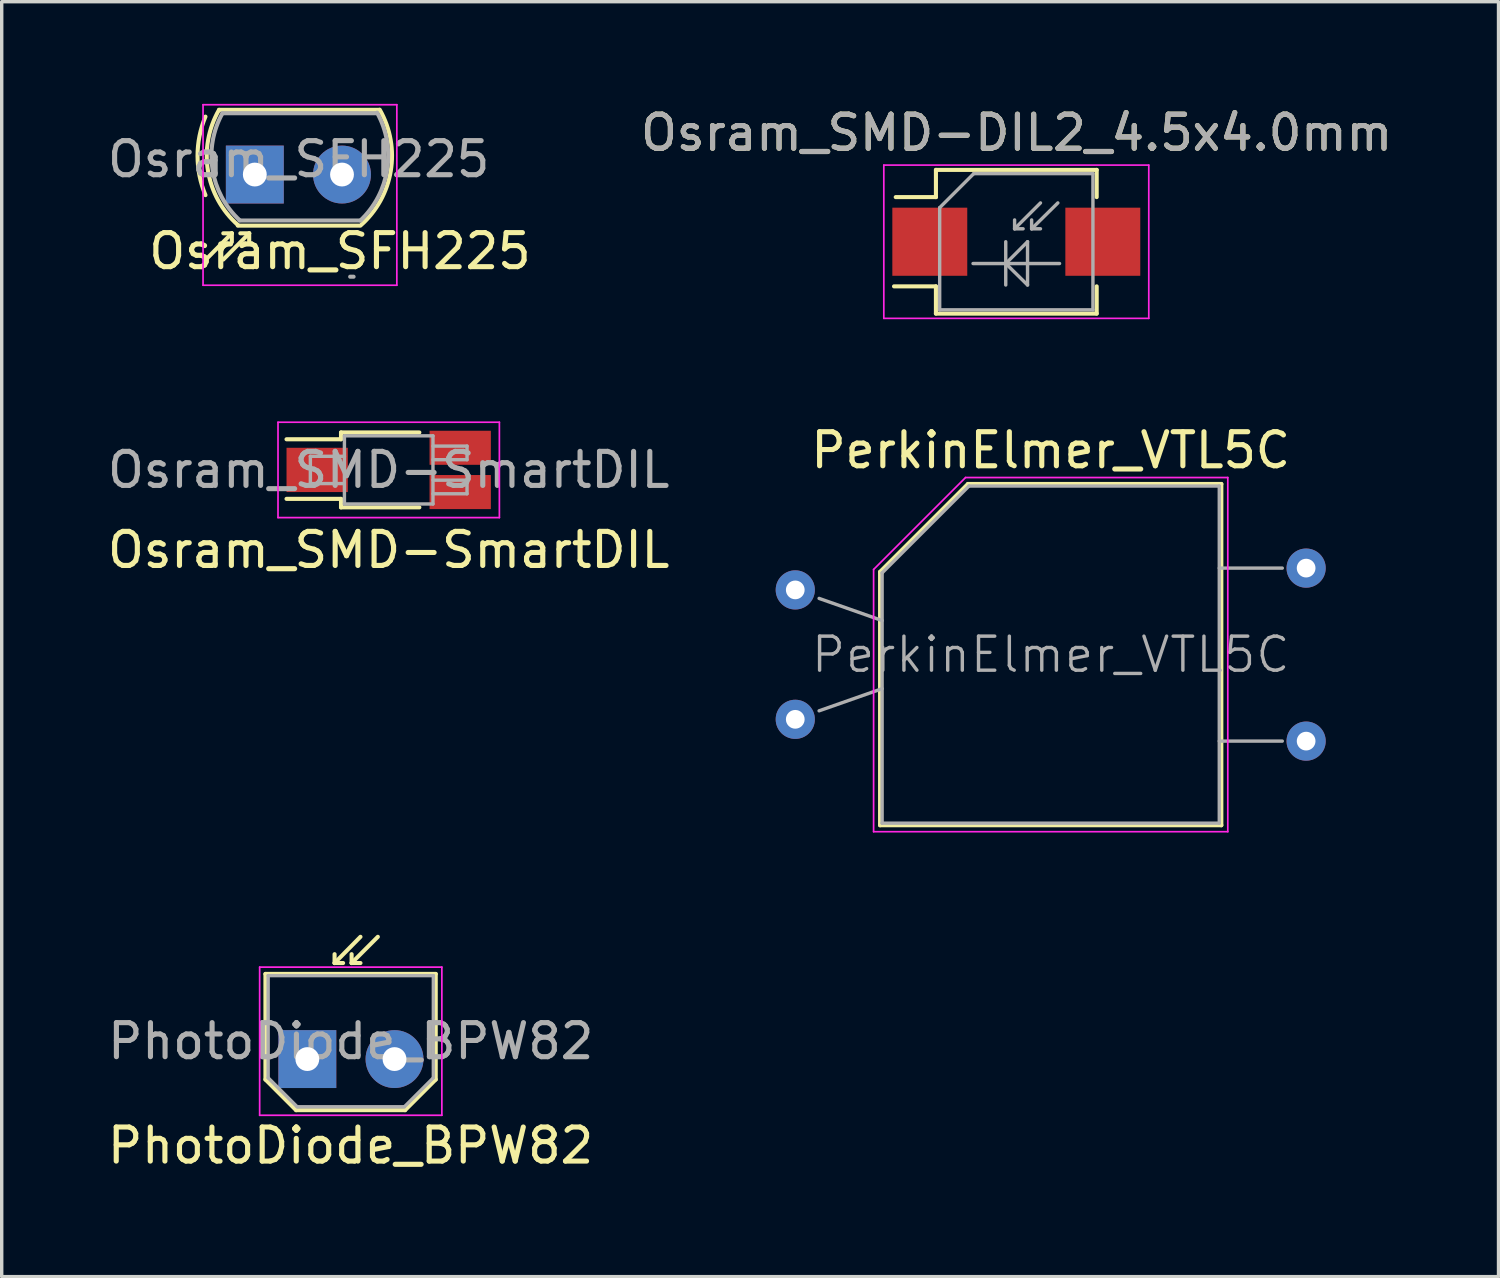
<source format=kicad_pcb>
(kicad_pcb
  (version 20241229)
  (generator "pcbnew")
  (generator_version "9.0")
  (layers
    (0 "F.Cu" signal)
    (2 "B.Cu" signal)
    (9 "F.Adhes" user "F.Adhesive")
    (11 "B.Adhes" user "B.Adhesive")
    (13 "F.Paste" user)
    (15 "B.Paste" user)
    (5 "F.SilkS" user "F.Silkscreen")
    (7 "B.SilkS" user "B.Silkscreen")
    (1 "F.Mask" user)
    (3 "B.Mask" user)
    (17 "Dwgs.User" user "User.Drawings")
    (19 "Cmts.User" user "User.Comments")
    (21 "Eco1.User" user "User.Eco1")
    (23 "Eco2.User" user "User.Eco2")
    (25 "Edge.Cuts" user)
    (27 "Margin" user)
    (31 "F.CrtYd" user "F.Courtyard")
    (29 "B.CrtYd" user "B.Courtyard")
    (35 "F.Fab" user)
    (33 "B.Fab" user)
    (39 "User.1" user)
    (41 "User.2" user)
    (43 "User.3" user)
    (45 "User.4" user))
  (footprint "Osram_SMD-DIL2_4.5x4.0mm"
    (layer "F.Cu")
    (at 26.791 4.048)
    (property "Reference" "Osram_SMD-DIL2_4.5x4.0mm" (at 0.01 -3.2 0) (layer "F.SilkS") (effects (font (size 1 1) (thickness 0.15))))
    (attr smd)
    (fp_line (start -3.59 1.31) (end -2.36 1.31) (stroke (width 0.12) (type solid)) (layer "F.SilkS"))
    (fp_line (start -2.36 -2.11) (end -2.36 -1.31) (stroke (width 0.12) (type solid)) (layer "F.SilkS"))
    (fp_line (start -2.36 -1.31) (end -3.54 -1.31) (stroke (width 0.12) (type solid)) (layer "F.SilkS"))
    (fp_line (start -2.36 1.31) (end -2.36 2.11) (stroke (width 0.12) (type solid)) (layer "F.SilkS"))
    (fp_line (start -2.36 2.11) (end 2.36 2.11) (stroke (width 0.12) (type solid)) (layer "F.SilkS"))
    (fp_line (start 2.36 -2.11) (end -2.36 -2.11) (stroke (width 0.12) (type solid)) (layer "F.SilkS"))
    (fp_line (start 2.36 -1.31) (end 2.36 -2.11) (stroke (width 0.12) (type solid)) (layer "F.SilkS"))
    (fp_line (start 2.36 2.11) (end 2.36 1.31) (stroke (width 0.12) (type solid)) (layer "F.SilkS"))
    (fp_line (start -3.89 -2.25) (end -3.89 2.25) (stroke (width 0.05) (type solid)) (layer "F.CrtYd"))
    (fp_line (start -3.89 -2.25) (end 3.89 -2.25) (stroke (width 0.05) (type solid)) (layer "F.CrtYd"))
    (fp_line (start 3.89 2.25) (end -3.89 2.25) (stroke (width 0.05) (type solid)) (layer "F.CrtYd"))
    (fp_line (start 3.89 2.25) (end 3.89 -2.25) (stroke (width 0.05) (type solid)) (layer "F.CrtYd"))
    (fp_line (start -2.25 -1) (end -2.25 2) (stroke (width 0.1) (type solid)) (layer "F.Fab"))
    (fp_line (start -2.25 -1) (end -1.25 -2) (stroke (width 0.1) (type solid)) (layer "F.Fab"))
    (fp_line (start -1.27 0.64) (end 1.27 0.64) (stroke (width 0.1) (type solid)) (layer "F.Fab"))
    (fp_line (start -1.25 -2) (end 2.25 -2) (stroke (width 0.1) (type solid)) (layer "F.Fab"))
    (fp_line (start -0.31 0) (end -0.31 1.27) (stroke (width 0.1) (type solid)) (layer "F.Fab"))
    (fp_line (start -0.31 0.64) (end 0.33 0) (stroke (width 0.1) (type solid)) (layer "F.Fab"))
    (fp_line (start -0.05 -0.38) (end -0.05 -0.64) (stroke (width 0.1) (type solid)) (layer "F.Fab"))
    (fp_line (start -0.05 -0.38) (end 0.2 -0.38) (stroke (width 0.1) (type solid)) (layer "F.Fab"))
    (fp_line (start 0.33 0) (end 0.33 1.27) (stroke (width 0.1) (type solid)) (layer "F.Fab"))
    (fp_line (start 0.33 1.27) (end -0.31 0.64) (stroke (width 0.1) (type solid)) (layer "F.Fab"))
    (fp_line (start 0.45 -0.38) (end 0.45 -0.64) (stroke (width 0.1) (type solid)) (layer "F.Fab"))
    (fp_line (start 0.45 -0.38) (end 0.71 -0.38) (stroke (width 0.1) (type solid)) (layer "F.Fab"))
    (fp_line (start 0.71 -1.14) (end -0.05 -0.38) (stroke (width 0.1) (type solid)) (layer "F.Fab"))
    (fp_line (start 1.22 -1.14) (end 0.45 -0.38) (stroke (width 0.1) (type solid)) (layer "F.Fab"))
    (fp_line (start 2.25 -2) (end 2.25 2) (stroke (width 0.1) (type solid)) (layer "F.Fab"))
    (fp_line (start 2.25 2) (end -2.25 2) (stroke (width 0.1) (type solid)) (layer "F.Fab"))
    (fp_text user "${REFERENCE}" (at 0.01 -3.2 0) (layer "F.Fab") (effects (font (size 1 1) (thickness 0.15))))
    (pad "1" smd rect (at -2.54 0 180) (size 2.2 2) (layers "F.Cu" "F.Mask" "F.Paste"))
    (pad "2" smd rect (at 2.54 0 180) (size 2.2 2) (layers "F.Cu" "F.Mask" "F.Paste")))
  (footprint "PerkinElmer_VTL5C"
    (layer "F.Cu")
    (at 20.301 14.271)
    (property "Reference" "PerkinElmer_VTL5C" (at 7.5 -4.1 0) (layer "F.SilkS") (effects (font (size 1 1) (thickness 0.15))))
    (attr through_hole)
    (fp_line (start 2.49 -0.53) (end 2.49 6.91) (stroke (width 0.12) (type solid)) (layer "F.SilkS"))
    (fp_line (start 2.49 6.91) (end 12.51 6.91) (stroke (width 0.12) (type solid)) (layer "F.SilkS"))
    (fp_line (start 5.07 -3.11) (end 2.49 -0.53) (stroke (width 0.12) (type solid)) (layer "F.SilkS"))
    (fp_line (start 12.51 -3.11) (end 5.07 -3.11) (stroke (width 0.12) (type solid)) (layer "F.SilkS"))
    (fp_line (start 12.51 6.91) (end 12.51 -3.11) (stroke (width 0.12) (type solid)) (layer "F.SilkS"))
    (fp_line (start 2.3 -0.6) (end 5 -3.3) (stroke (width 0.05) (type solid)) (layer "F.CrtYd"))
    (fp_line (start 2.3 7.1) (end 2.3 -0.6) (stroke (width 0.05) (type solid)) (layer "F.CrtYd"))
    (fp_line (start 5 -3.3) (end 12.7 -3.3) (stroke (width 0.05) (type solid)) (layer "F.CrtYd"))
    (fp_line (start 12.7 -3.3) (end 12.7 7.1) (stroke (width 0.05) (type solid)) (layer "F.CrtYd"))
    (fp_line (start 12.7 7.1) (end 2.3 7.1) (stroke (width 0.05) (type solid)) (layer "F.CrtYd"))
    (fp_line (start 0.7 0.25) (end 2.55 0.9) (stroke (width 0.1) (type solid)) (layer "F.Fab"))
    (fp_line (start 0.7 3.55) (end 2.55 2.9) (stroke (width 0.1) (type solid)) (layer "F.Fab"))
    (fp_line (start 2.55 6.85) (end 2.55 -0.5) (stroke (width 0.1) (type solid)) (layer "F.Fab"))
    (fp_line (start 5.1 -3.05) (end 2.55 -0.5) (stroke (width 0.1) (type solid)) (layer "F.Fab"))
    (fp_line (start 5.1 -3.05) (end 12.45 -3.05) (stroke (width 0.1) (type solid)) (layer "F.Fab"))
    (fp_line (start 12.45 -3.05) (end 12.45 6.85) (stroke (width 0.1) (type solid)) (layer "F.Fab"))
    (fp_line (start 12.45 6.85) (end 2.55 6.85) (stroke (width 0.1) (type solid)) (layer "F.Fab"))
    (fp_line (start 14.3 -0.64) (end 12.45 -0.64) (stroke (width 0.1) (type solid)) (layer "F.Fab"))
    (fp_line (start 14.3 4.44) (end 12.45 4.44) (stroke (width 0.1) (type solid)) (layer "F.Fab"))
    (fp_text user "${REFERENCE}" (at 7.5 1.9 0) (layer "F.Fab") (effects (font (size 1 1) (thickness 0.1))))
    (pad "1" thru_hole circle (at 0 0) (size 1.15 1.15) (drill 0.55) (layers "*.Cu" "*.Mask"))
    (pad "2" thru_hole circle (at 0 3.8) (size 1.15 1.15) (drill 0.55) (layers "*.Cu" "*.Mask"))
    (pad "3" thru_hole circle (at 15 -0.64) (size 1.15 1.15) (drill 0.55) (layers "*.Cu" "*.Mask"))
    (pad "4" thru_hole circle (at 15 4.44) (size 1.15 1.15) (drill 0.55) (layers "*.Cu" "*.Mask")))
  (footprint "PhotoDiode_BPW82"
    (layer "F.Cu")
    (at 5.974 28.047)
    (property "Reference" "PhotoDiode_BPW82" (at 1.27 2.54 0) (layer "F.SilkS") (effects (font (size 1 1) (thickness 0.15))))
    (attr through_hole)
    (fp_line (start -1.23 -2.5) (end -1.23 0.6) (stroke (width 0.12) (type solid)) (layer "F.SilkS"))
    (fp_line (start -1.23 -2.5) (end 3.77 -2.5) (stroke (width 0.12) (type solid)) (layer "F.SilkS"))
    (fp_line (start -1.23 0.6) (end -0.33 1.5) (stroke (width 0.12) (type solid)) (layer "F.SilkS"))
    (fp_line (start -0.33 1.5) (end 2.87 1.5) (stroke (width 0.12) (type solid)) (layer "F.SilkS"))
    (fp_line (start 0.8 -2.82) (end 0.8 -3.08) (stroke (width 0.12) (type solid)) (layer "F.SilkS"))
    (fp_line (start 0.8 -2.82) (end 1.05 -2.82) (stroke (width 0.12) (type solid)) (layer "F.SilkS"))
    (fp_line (start 1.3 -2.82) (end 1.3 -3.08) (stroke (width 0.12) (type solid)) (layer "F.SilkS"))
    (fp_line (start 1.3 -2.82) (end 1.56 -2.82) (stroke (width 0.12) (type solid)) (layer "F.SilkS"))
    (fp_line (start 1.56 -3.59) (end 0.8 -2.82) (stroke (width 0.12) (type solid)) (layer "F.SilkS"))
    (fp_line (start 2.07 -3.59) (end 1.3 -2.82) (stroke (width 0.12) (type solid)) (layer "F.SilkS"))
    (fp_line (start 3.77 -2.5) (end 3.77 0.6) (stroke (width 0.12) (type solid)) (layer "F.SilkS"))
    (fp_line (start 3.77 0.6) (end 2.87 1.5) (stroke (width 0.12) (type solid)) (layer "F.SilkS"))
    (fp_line (start -1.4 -2.7) (end -1.4 1.65) (stroke (width 0.05) (type solid)) (layer "F.CrtYd"))
    (fp_line (start -1.4 -2.7) (end 3.95 -2.7) (stroke (width 0.05) (type solid)) (layer "F.CrtYd"))
    (fp_line (start 3.95 1.65) (end -1.4 1.65) (stroke (width 0.05) (type solid)) (layer "F.CrtYd"))
    (fp_line (start 3.95 1.65) (end 3.95 -2.7) (stroke (width 0.05) (type solid)) (layer "F.CrtYd"))
    (fp_line (start -1.15 -2.45) (end 3.7 -2.45) (stroke (width 0.1) (type solid)) (layer "F.Fab"))
    (fp_line (start -1.15 0.55) (end -1.15 -2.45) (stroke (width 0.1) (type solid)) (layer "F.Fab"))
    (fp_line (start -0.3 1.4) (end -1.15 0.55) (stroke (width 0.1) (type solid)) (layer "F.Fab"))
    (fp_line (start 2.85 1.4) (end -0.3 1.4) (stroke (width 0.1) (type solid)) (layer "F.Fab"))
    (fp_line (start 3.7 -2.45) (end 3.7 0.55) (stroke (width 0.1) (type solid)) (layer "F.Fab"))
    (fp_line (start 3.7 0.55) (end 2.85 1.4) (stroke (width 0.1) (type solid)) (layer "F.Fab"))
    (fp_text user "${REFERENCE}" (at 1.275 -0.525 0) (layer "F.Fab") (effects (font (size 1 1) (thickness 0.15))))
    (pad "1" thru_hole rect (at 0 0 180) (size 1.7 1.7) (drill 0.7) (layers "*.Cu" "*.Mask"))
    (pad "2" thru_hole circle (at 2.56 0 180) (size 1.7 1.7) (drill 0.7) (layers "*.Cu" "*.Mask")))
  (footprint "Osram_SFH225"
    (layer "F.Cu")
    (at 4.432 2.075)
    (property "Reference" "Osram_SFH225" (at 2.5 2.25 0) (layer "F.SilkS") (effects (font (size 1 1) (thickness 0.15))))
    (attr through_hole)
    (fp_line (start -1.435 2.495) (end -0.675 1.725) (stroke (width 0.12) (type solid)) (layer "F.SilkS"))
    (fp_line (start -1.05 -1.9) (end 3.65 -1.9) (stroke (width 0.12) (type solid)) (layer "F.SilkS"))
    (fp_line (start -0.925 2.495) (end -0.165 1.725) (stroke (width 0.12) (type solid)) (layer "F.SilkS"))
    (fp_line (start -0.675 1.725) (end -0.925 1.725) (stroke (width 0.12) (type solid)) (layer "F.SilkS"))
    (fp_line (start -0.675 1.725) (end -0.675 1.985) (stroke (width 0.12) (type solid)) (layer "F.SilkS"))
    (fp_line (start -0.5 1.5) (end 3.05 1.5) (stroke (width 0.12) (type solid)) (layer "F.SilkS"))
    (fp_line (start -0.165 1.725) (end -0.425 1.725) (stroke (width 0.12) (type solid)) (layer "F.SilkS"))
    (fp_line (start -0.165 1.725) (end -0.165 1.985) (stroke (width 0.12) (type solid)) (layer "F.SilkS"))
    (fp_arc (start -1.449177 0.604524) (mid -1.681266 -0.547655) (end -1.45 -1.7) (stroke (width 0.12) (type solid)) (layer "F.SilkS"))
    (fp_arc (start -0.489222 1.487733) (mid -1.374411 -0.10602) (end -1.05 -1.9) (stroke (width 0.12) (type solid)) (layer "F.SilkS"))
    (fp_arc (start 3.668649 -1.903514) (mid 3.990796 -0.10043) (end 3.1 1.5) (stroke (width 0.12) (type solid)) (layer "F.SilkS"))
    (fp_line (start -1.52 -2.05) (end -1.52 3.25) (stroke (width 0.05) (type solid)) (layer "F.CrtYd"))
    (fp_line (start -1.52 -2.05) (end 4.17 -2.05) (stroke (width 0.05) (type solid)) (layer "F.CrtYd"))
    (fp_line (start 4.17 3.25) (end -1.52 3.25) (stroke (width 0.05) (type solid)) (layer "F.CrtYd"))
    (fp_line (start 4.17 3.25) (end 4.17 -2.05) (stroke (width 0.05) (type solid)) (layer "F.CrtYd"))
    (fp_line (start -0.95 -1.8) (end 3.55 -1.8) (stroke (width 0.12) (type solid)) (layer "F.Fab"))
    (fp_line (start -0.45 1.35) (end 3.1 1.35) (stroke (width 0.12) (type solid)) (layer "F.Fab"))
    (fp_line (start 2.8 3) (end 2.9 3) (stroke (width 0.12) (type solid)) (layer "F.Fab"))
    (fp_arc (start -0.44376 1.343225) (mid -1.24116 -0.140727) (end -0.95 -1.8) (stroke (width 0.12) (type solid)) (layer "F.Fab"))
    (fp_arc (start 3.590183 -1.81691) (mid 3.886451 -0.149662) (end 3.1 1.35) (stroke (width 0.12) (type solid)) (layer "F.Fab"))
    (fp_text user "${REFERENCE}" (at 1.288 -0.45 0) (layer "F.Fab") (effects (font (size 1 1) (thickness 0.15))))
    (pad "1" thru_hole rect (at 0 0 180) (size 1.7 1.7) (drill 0.7) (layers "*.Cu" "*.Mask"))
    (pad "2" thru_hole circle (at 2.56 0 180) (size 1.7 1.7) (drill 0.7) (layers "*.Cu" "*.Mask")))
  (footprint "Osram_SMD-SmartDIL"
    (layer "F.Cu")
    (at 8.363 10.748)
    (property "Reference" "Osram_SMD-SmartDIL" (at 0 2.35 0) (layer "F.SilkS") (effects (font (size 1 1) (thickness 0.15))))
    (attr smd)
    (fp_line (start -1.4 -1.1) (end -1.4 -0.9) (stroke (width 0.12) (type solid)) (layer "F.SilkS"))
    (fp_line (start -1.4 -1.1) (end 0.9 -1.1) (stroke (width 0.12) (type solid)) (layer "F.SilkS"))
    (fp_line (start -1.4 -0.9) (end -3 -0.9) (stroke (width 0.12) (type solid)) (layer "F.SilkS"))
    (fp_line (start -1.4 0.85) (end -3 0.85) (stroke (width 0.12) (type solid)) (layer "F.SilkS"))
    (fp_line (start -1.4 1.1) (end -1.4 0.85) (stroke (width 0.12) (type solid)) (layer "F.SilkS"))
    (fp_line (start 0.9 1.1) (end -1.4 1.1) (stroke (width 0.12) (type solid)) (layer "F.SilkS"))
    (fp_line (start -3.25 -1.4) (end -3.25 1.4) (stroke (width 0.05) (type solid)) (layer "F.CrtYd"))
    (fp_line (start -3.25 -1.4) (end 3.25 -1.4) (stroke (width 0.05) (type solid)) (layer "F.CrtYd"))
    (fp_line (start 3.25 1.4) (end -3.25 1.4) (stroke (width 0.05) (type solid)) (layer "F.CrtYd"))
    (fp_line (start 3.25 1.4) (end 3.25 -1.4) (stroke (width 0.05) (type solid)) (layer "F.CrtYd"))
    (fp_line (start -2.3 -0.4) (end -2.3 0.4) (stroke (width 0.1) (type solid)) (layer "F.Fab"))
    (fp_line (start -2.3 0.4) (end -1.35 0.4) (stroke (width 0.1) (type solid)) (layer "F.Fab"))
    (fp_line (start -1.3 -1) (end -1.3 1) (stroke (width 0.1) (type solid)) (layer "F.Fab"))
    (fp_line (start -1.3 -0.4) (end -2.3 -0.4) (stroke (width 0.1) (type solid)) (layer "F.Fab"))
    (fp_line (start -1.3 1) (end 1.3 1) (stroke (width 0.1) (type solid)) (layer "F.Fab"))
    (fp_line (start 1.3 -1) (end -1.3 -1) (stroke (width 0.1) (type solid)) (layer "F.Fab"))
    (fp_line (start 1.3 -0.7) (end 2.3 -0.7) (stroke (width 0.1) (type solid)) (layer "F.Fab"))
    (fp_line (start 1.3 0.3) (end 2.3 0.3) (stroke (width 0.1) (type solid)) (layer "F.Fab"))
    (fp_line (start 1.3 1) (end 1.3 -1) (stroke (width 0.1) (type solid)) (layer "F.Fab"))
    (fp_line (start 2.3 -0.7) (end 2.3 -0.3) (stroke (width 0.1) (type solid)) (layer "F.Fab"))
    (fp_line (start 2.3 -0.3) (end 1.3 -0.3) (stroke (width 0.1) (type solid)) (layer "F.Fab"))
    (fp_line (start 2.3 0.3) (end 2.3 0.7) (stroke (width 0.1) (type solid)) (layer "F.Fab"))
    (fp_line (start 2.3 0.7) (end 1.3 0.7) (stroke (width 0.1) (type solid)) (layer "F.Fab"))
    (fp_text user "${REFERENCE}" (at 0 0 0) (layer "F.Fab") (effects (font (size 1 1) (thickness 0.15))))
    (pad "1" smd rect (at -2.1 0 180) (size 1.8 1.3) (layers "F.Cu" "F.Mask" "F.Paste"))
    (pad "2" smd rect (at 2.1 -0.65 180) (size 1.8 1) (layers "F.Cu" "F.Mask" "F.Paste"))
    (pad "3" smd rect (at 2.1 0.65 180) (size 1.8 1) (layers "F.Cu" "F.Mask" "F.Paste")))
  (gr_rect
    (start -3 -3)
    (end 40.95 34.435)
    (stroke (width 0.1) (type default))
    (fill no)
    (layer "Edge.Cuts")))
</source>
